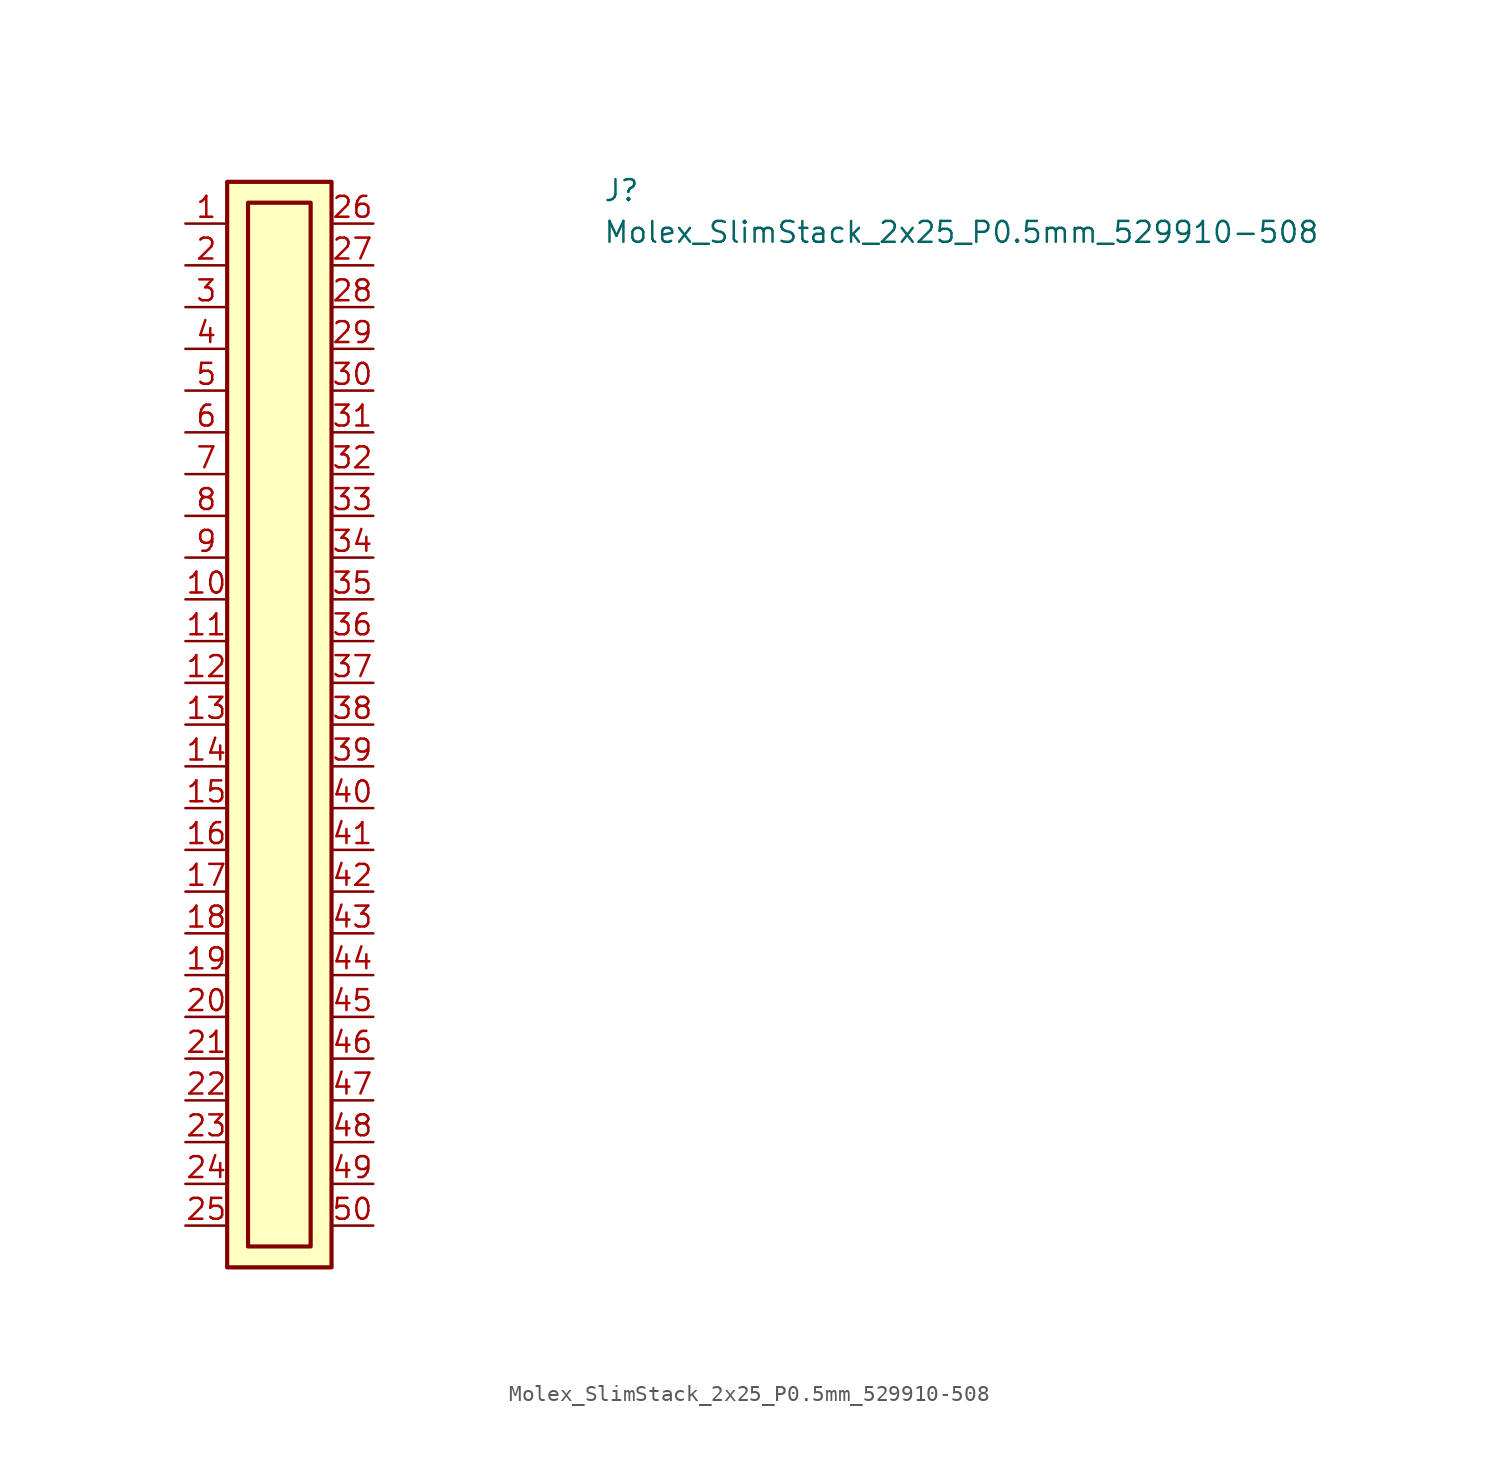
<source format=kicad_sym>
(kicad_symbol_lib
  (version 20211014)
  (generator kicad_symbol_editor)
  (symbol "Molex_SlimStack_2x25_P0.5mm_529910-508"
    (property "Reference" "J"
      (at 25.4 1.27 0)
      (effects (font (size 1.27 1.27) (thickness 0.15)) (justify left bottom)))
    (property "Value" "Molex_SlimStack_2x25_P0.5mm_529910-508"
      (at 25.4 -1.27 0)
      (effects (font (size 1.27 1.27) (thickness 0.15)) (justify left bottom)))
    (symbol "Molex_SlimStack_2x25_P0.5mm_529910-508_1_1"
      (rectangle (start 2.54 2.54) (end 8.89 -63.5) (stroke (width 0.254) (type default) (color 0 0 0 0)) (fill (type background)))
      (rectangle (start 3.81 1.27) (end 7.62 -62.23) (stroke (width 0.254) (type default) (color 0 0 0 0)) (fill (type background)))
      (pin bidirectional line (at 0 0 0) (length 2.54) (name "~" (effects (font (size 1.27 1.27)))) (number "1" (effects (font (size 1.27 1.27)))))
      (pin bidirectional line (at 0 -22.86 0) (length 2.54) (name "~" (effects (font (size 1.27 1.27)))) (number "10" (effects (font (size 1.27 1.27)))))
      (pin bidirectional line (at 0 -25.4 0) (length 2.54) (name "~" (effects (font (size 1.27 1.27)))) (number "11" (effects (font (size 1.27 1.27)))))
      (pin bidirectional line (at 0 -27.94 0) (length 2.54) (name "~" (effects (font (size 1.27 1.27)))) (number "12" (effects (font (size 1.27 1.27)))))
      (pin bidirectional line (at 0 -30.48 0) (length 2.54) (name "~" (effects (font (size 1.27 1.27)))) (number "13" (effects (font (size 1.27 1.27)))))
      (pin bidirectional line (at 0 -33.02 0) (length 2.54) (name "~" (effects (font (size 1.27 1.27)))) (number "14" (effects (font (size 1.27 1.27)))))
      (pin bidirectional line (at 0 -35.56 0) (length 2.54) (name "~" (effects (font (size 1.27 1.27)))) (number "15" (effects (font (size 1.27 1.27)))))
      (pin bidirectional line (at 0 -38.1 0) (length 2.54) (name "~" (effects (font (size 1.27 1.27)))) (number "16" (effects (font (size 1.27 1.27)))))
      (pin bidirectional line (at 0 -40.64 0) (length 2.54) (name "~" (effects (font (size 1.27 1.27)))) (number "17" (effects (font (size 1.27 1.27)))))
      (pin bidirectional line (at 0 -43.18 0) (length 2.54) (name "~" (effects (font (size 1.27 1.27)))) (number "18" (effects (font (size 1.27 1.27)))))
      (pin bidirectional line (at 0 -45.72 0) (length 2.54) (name "~" (effects (font (size 1.27 1.27)))) (number "19" (effects (font (size 1.27 1.27)))))
      (pin bidirectional line (at 0 -2.54 0) (length 2.54) (name "~" (effects (font (size 1.27 1.27)))) (number "2" (effects (font (size 1.27 1.27)))))
      (pin bidirectional line (at 0 -48.26 0) (length 2.54) (name "~" (effects (font (size 1.27 1.27)))) (number "20" (effects (font (size 1.27 1.27)))))
      (pin bidirectional line (at 0 -50.8 0) (length 2.54) (name "~" (effects (font (size 1.27 1.27)))) (number "21" (effects (font (size 1.27 1.27)))))
      (pin bidirectional line (at 0 -53.34 0) (length 2.54) (name "~" (effects (font (size 1.27 1.27)))) (number "22" (effects (font (size 1.27 1.27)))))
      (pin bidirectional line (at 0 -55.88 0) (length 2.54) (name "~" (effects (font (size 1.27 1.27)))) (number "23" (effects (font (size 1.27 1.27)))))
      (pin bidirectional line (at 0 -58.42 0) (length 2.54) (name "~" (effects (font (size 1.27 1.27)))) (number "24" (effects (font (size 1.27 1.27)))))
      (pin bidirectional line (at 0 -60.96 0) (length 2.54) (name "~" (effects (font (size 1.27 1.27)))) (number "25" (effects (font (size 1.27 1.27)))))
      (pin bidirectional line (at 11.43 0 180) (length 2.54) (name "~" (effects (font (size 1.27 1.27)))) (number "26" (effects (font (size 1.27 1.27)))))
      (pin bidirectional line (at 11.43 -2.54 180) (length 2.54) (name "~" (effects (font (size 1.27 1.27)))) (number "27" (effects (font (size 1.27 1.27)))))
      (pin bidirectional line (at 11.43 -5.08 180) (length 2.54) (name "~" (effects (font (size 1.27 1.27)))) (number "28" (effects (font (size 1.27 1.27)))))
      (pin bidirectional line (at 11.43 -7.62 180) (length 2.54) (name "~" (effects (font (size 1.27 1.27)))) (number "29" (effects (font (size 1.27 1.27)))))
      (pin bidirectional line (at 0 -5.08 0) (length 2.54) (name "~" (effects (font (size 1.27 1.27)))) (number "3" (effects (font (size 1.27 1.27)))))
      (pin bidirectional line (at 11.43 -10.16 180) (length 2.54) (name "~" (effects (font (size 1.27 1.27)))) (number "30" (effects (font (size 1.27 1.27)))))
      (pin bidirectional line (at 11.43 -12.7 180) (length 2.54) (name "~" (effects (font (size 1.27 1.27)))) (number "31" (effects (font (size 1.27 1.27)))))
      (pin bidirectional line (at 11.43 -15.24 180) (length 2.54) (name "~" (effects (font (size 1.27 1.27)))) (number "32" (effects (font (size 1.27 1.27)))))
      (pin bidirectional line (at 11.43 -17.78 180) (length 2.54) (name "~" (effects (font (size 1.27 1.27)))) (number "33" (effects (font (size 1.27 1.27)))))
      (pin bidirectional line (at 11.43 -20.32 180) (length 2.54) (name "~" (effects (font (size 1.27 1.27)))) (number "34" (effects (font (size 1.27 1.27)))))
      (pin bidirectional line (at 11.43 -22.86 180) (length 2.54) (name "~" (effects (font (size 1.27 1.27)))) (number "35" (effects (font (size 1.27 1.27)))))
      (pin bidirectional line (at 11.43 -25.4 180) (length 2.54) (name "~" (effects (font (size 1.27 1.27)))) (number "36" (effects (font (size 1.27 1.27)))))
      (pin bidirectional line (at 11.43 -27.94 180) (length 2.54) (name "~" (effects (font (size 1.27 1.27)))) (number "37" (effects (font (size 1.27 1.27)))))
      (pin bidirectional line (at 11.43 -30.48 180) (length 2.54) (name "~" (effects (font (size 1.27 1.27)))) (number "38" (effects (font (size 1.27 1.27)))))
      (pin bidirectional line (at 11.43 -33.02 180) (length 2.54) (name "~" (effects (font (size 1.27 1.27)))) (number "39" (effects (font (size 1.27 1.27)))))
      (pin bidirectional line (at 0 -7.62 0) (length 2.54) (name "~" (effects (font (size 1.27 1.27)))) (number "4" (effects (font (size 1.27 1.27)))))
      (pin bidirectional line (at 11.43 -35.56 180) (length 2.54) (name "~" (effects (font (size 1.27 1.27)))) (number "40" (effects (font (size 1.27 1.27)))))
      (pin bidirectional line (at 11.43 -38.1 180) (length 2.54) (name "~" (effects (font (size 1.27 1.27)))) (number "41" (effects (font (size 1.27 1.27)))))
      (pin bidirectional line (at 11.43 -40.64 180) (length 2.54) (name "~" (effects (font (size 1.27 1.27)))) (number "42" (effects (font (size 1.27 1.27)))))
      (pin bidirectional line (at 11.43 -43.18 180) (length 2.54) (name "~" (effects (font (size 1.27 1.27)))) (number "43" (effects (font (size 1.27 1.27)))))
      (pin bidirectional line (at 11.43 -45.72 180) (length 2.54) (name "~" (effects (font (size 1.27 1.27)))) (number "44" (effects (font (size 1.27 1.27)))))
      (pin bidirectional line (at 11.43 -48.26 180) (length 2.54) (name "~" (effects (font (size 1.27 1.27)))) (number "45" (effects (font (size 1.27 1.27)))))
      (pin bidirectional line (at 11.43 -50.8 180) (length 2.54) (name "~" (effects (font (size 1.27 1.27)))) (number "46" (effects (font (size 1.27 1.27)))))
      (pin bidirectional line (at 11.43 -53.34 180) (length 2.54) (name "~" (effects (font (size 1.27 1.27)))) (number "47" (effects (font (size 1.27 1.27)))))
      (pin bidirectional line (at 11.43 -55.88 180) (length 2.54) (name "~" (effects (font (size 1.27 1.27)))) (number "48" (effects (font (size 1.27 1.27)))))
      (pin bidirectional line (at 11.43 -58.42 180) (length 2.54) (name "~" (effects (font (size 1.27 1.27)))) (number "49" (effects (font (size 1.27 1.27)))))
      (pin bidirectional line (at 0 -10.16 0) (length 2.54) (name "~" (effects (font (size 1.27 1.27)))) (number "5" (effects (font (size 1.27 1.27)))))
      (pin bidirectional line (at 11.43 -60.96 180) (length 2.54) (name "~" (effects (font (size 1.27 1.27)))) (number "50" (effects (font (size 1.27 1.27)))))
      (pin bidirectional line (at 0 -12.7 0) (length 2.54) (name "~" (effects (font (size 1.27 1.27)))) (number "6" (effects (font (size 1.27 1.27)))))
      (pin bidirectional line (at 0 -15.24 0) (length 2.54) (name "~" (effects (font (size 1.27 1.27)))) (number "7" (effects (font (size 1.27 1.27)))))
      (pin bidirectional line (at 0 -17.78 0) (length 2.54) (name "~" (effects (font (size 1.27 1.27)))) (number "8" (effects (font (size 1.27 1.27)))))
      (pin bidirectional line (at 0 -20.32 0) (length 2.54) (name "~" (effects (font (size 1.27 1.27)))) (number "9" (effects (font (size 1.27 1.27))))))))
</source>
